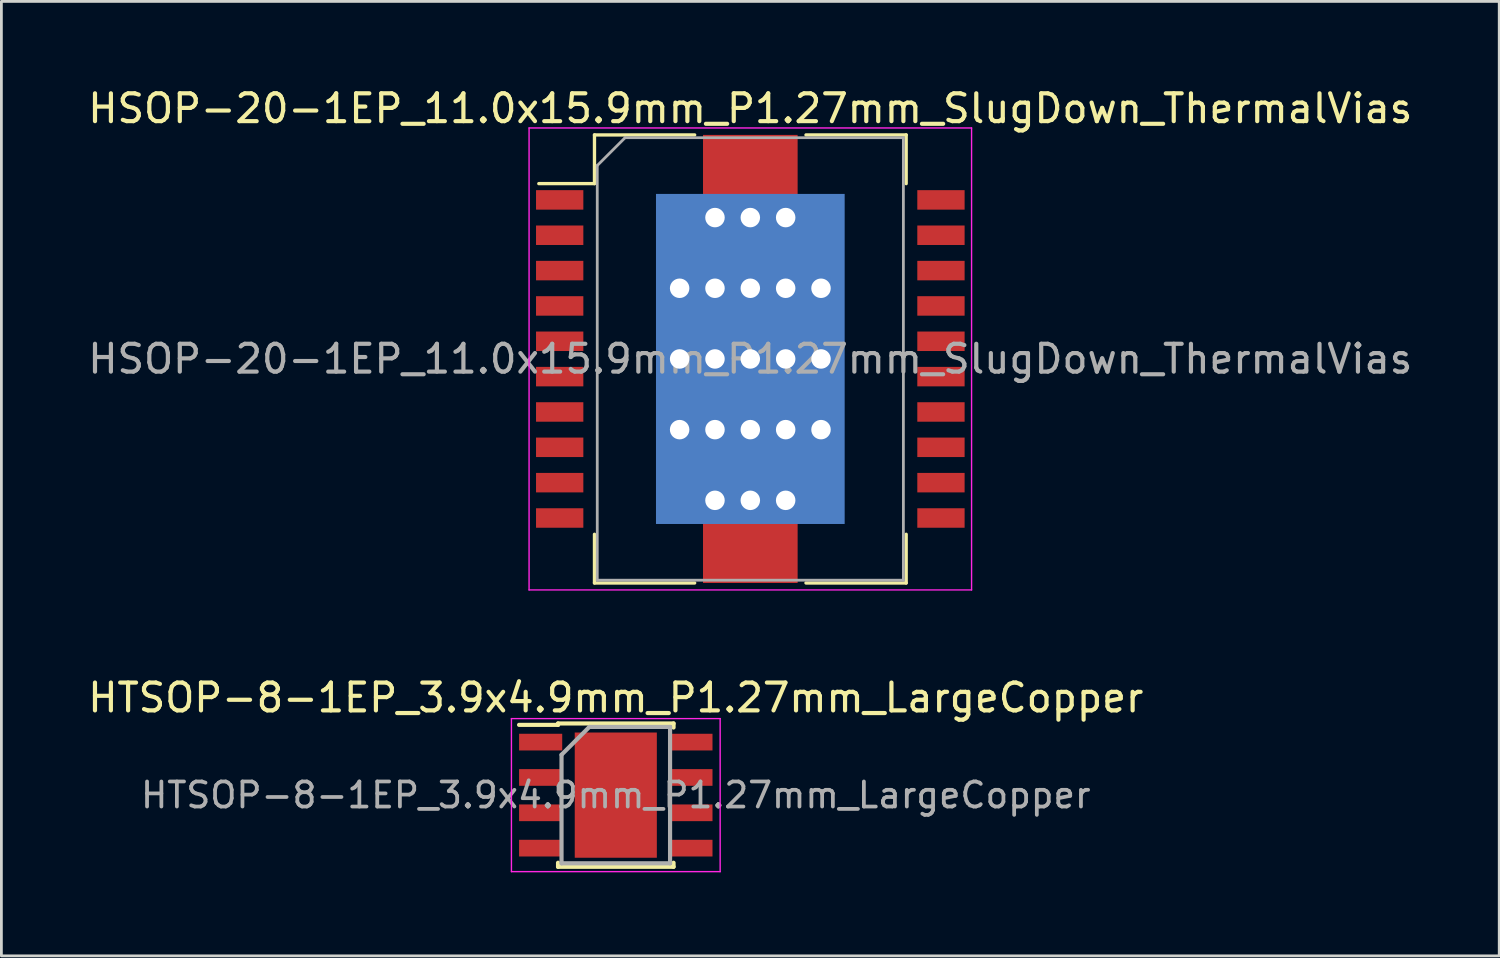
<source format=kicad_pcb>
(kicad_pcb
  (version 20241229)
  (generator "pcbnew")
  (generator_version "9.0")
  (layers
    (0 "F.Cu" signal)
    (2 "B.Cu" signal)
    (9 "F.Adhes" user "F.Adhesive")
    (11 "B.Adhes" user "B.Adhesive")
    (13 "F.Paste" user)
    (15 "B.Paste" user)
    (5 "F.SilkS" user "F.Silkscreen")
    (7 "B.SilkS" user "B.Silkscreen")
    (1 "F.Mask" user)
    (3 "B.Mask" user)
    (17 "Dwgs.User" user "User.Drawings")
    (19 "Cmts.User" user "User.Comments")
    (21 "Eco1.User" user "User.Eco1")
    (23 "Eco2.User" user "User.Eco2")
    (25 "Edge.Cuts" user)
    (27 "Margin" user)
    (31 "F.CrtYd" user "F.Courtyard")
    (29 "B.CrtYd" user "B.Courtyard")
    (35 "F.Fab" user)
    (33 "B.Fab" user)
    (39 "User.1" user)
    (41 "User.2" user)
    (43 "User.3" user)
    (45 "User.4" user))
  (footprint "HSOP-20-1EP_11.0x15.9mm_P1.27mm_SlugDown_ThermalVias"
    (layer "F.Cu")
    (at 23.911 9.848)
    (property "Reference" "HSOP-20-1EP_11.0x15.9mm_P1.27mm_SlugDown_ThermalVias" (at 0 -9 0) (layer "F.SilkS") (effects (font (size 1 1) (thickness 0.15))))
    (attr smd)
    (fp_line (start -5.6 -8.05) (end -5.6 -6.3) (stroke (width 0.12) (type solid)) (layer "F.SilkS"))
    (fp_line (start -5.6 -6.3) (end -7.6 -6.3) (stroke (width 0.12) (type solid)) (layer "F.SilkS"))
    (fp_line (start -5.6 8.05) (end -5.6 6.3) (stroke (width 0.12) (type solid)) (layer "F.SilkS"))
    (fp_line (start -2 -8.05) (end -5.6 -8.05) (stroke (width 0.12) (type solid)) (layer "F.SilkS"))
    (fp_line (start -2 8.05) (end -5.6 8.05) (stroke (width 0.12) (type solid)) (layer "F.SilkS"))
    (fp_line (start 5.6 -8.05) (end 2 -8.05) (stroke (width 0.12) (type solid)) (layer "F.SilkS"))
    (fp_line (start 5.6 -8.05) (end 5.6 -6.3) (stroke (width 0.12) (type solid)) (layer "F.SilkS"))
    (fp_line (start 5.6 8.05) (end 2 8.05) (stroke (width 0.12) (type solid)) (layer "F.SilkS"))
    (fp_line (start 5.6 8.05) (end 5.6 6.3) (stroke (width 0.12) (type solid)) (layer "F.SilkS"))
    (fp_line (start -7.95 -8.3) (end -7.95 8.3) (stroke (width 0.05) (type solid)) (layer "F.CrtYd"))
    (fp_line (start -7.95 -8.3) (end 7.95 -8.3) (stroke (width 0.05) (type solid)) (layer "F.CrtYd"))
    (fp_line (start 7.95 8.3) (end -7.95 8.3) (stroke (width 0.05) (type solid)) (layer "F.CrtYd"))
    (fp_line (start 7.95 8.3) (end 7.95 -8.3) (stroke (width 0.05) (type solid)) (layer "F.CrtYd"))
    (fp_line (start -5.5 -6.95) (end -5.5 7.95) (stroke (width 0.1) (type solid)) (layer "F.Fab"))
    (fp_line (start -5.5 7.95) (end 5.5 7.95) (stroke (width 0.1) (type solid)) (layer "F.Fab"))
    (fp_line (start -4.5 -7.95) (end -5.5 -6.95) (stroke (width 0.1) (type solid)) (layer "F.Fab"))
    (fp_line (start 5.5 -7.95) (end -4.5 -7.95) (stroke (width 0.1) (type solid)) (layer "F.Fab"))
    (fp_line (start 5.5 7.95) (end 5.5 -7.95) (stroke (width 0.1) (type solid)) (layer "F.Fab"))
    (fp_text user "${REFERENCE}" (at 0 0 0) (layer "F.Fab") (effects (font (size 1 1) (thickness 0.15))))
    (pad "1" smd rect (at -6.85 -5.715) (size 1.7 0.7) (layers "F.Cu" "F.Mask" "F.Paste"))
    (pad "2" smd rect (at -6.85 -4.445) (size 1.7 0.7) (layers "F.Cu" "F.Mask" "F.Paste"))
    (pad "3" smd rect (at -6.85 -3.175) (size 1.7 0.7) (layers "F.Cu" "F.Mask" "F.Paste"))
    (pad "4" smd rect (at -6.85 -1.905) (size 1.7 0.7) (layers "F.Cu" "F.Mask" "F.Paste"))
    (pad "5" smd rect (at -6.85 -0.635) (size 1.7 0.7) (layers "F.Cu" "F.Mask" "F.Paste"))
    (pad "6" smd rect (at -6.85 0.635) (size 1.7 0.7) (layers "F.Cu" "F.Mask" "F.Paste"))
    (pad "7" smd rect (at -6.85 1.905) (size 1.7 0.7) (layers "F.Cu" "F.Mask" "F.Paste"))
    (pad "8" smd rect (at -6.85 3.175) (size 1.7 0.7) (layers "F.Cu" "F.Mask" "F.Paste"))
    (pad "9" smd rect (at -6.85 4.445) (size 1.7 0.7) (layers "F.Cu" "F.Mask" "F.Paste"))
    (pad "10" smd rect (at -6.85 5.715) (size 1.7 0.7) (layers "F.Cu" "F.Mask" "F.Paste"))
    (pad "11" smd rect (at 6.85 5.715) (size 1.7 0.7) (layers "F.Cu" "F.Mask" "F.Paste"))
    (pad "12" smd rect (at 6.85 4.445) (size 1.7 0.7) (layers "F.Cu" "F.Mask" "F.Paste"))
    (pad "13" smd rect (at 6.85 3.175) (size 1.7 0.7) (layers "F.Cu" "F.Mask" "F.Paste"))
    (pad "14" smd rect (at 6.85 1.905) (size 1.7 0.7) (layers "F.Cu" "F.Mask" "F.Paste"))
    (pad "15" smd rect (at 6.85 0.635) (size 1.7 0.7) (layers "F.Cu" "F.Mask" "F.Paste"))
    (pad "16" smd rect (at 6.85 -0.635) (size 1.7 0.7) (layers "F.Cu" "F.Mask" "F.Paste"))
    (pad "17" smd rect (at 6.85 -1.905) (size 1.7 0.7) (layers "F.Cu" "F.Mask" "F.Paste"))
    (pad "18" smd rect (at 6.85 -3.175) (size 1.7 0.7) (layers "F.Cu" "F.Mask" "F.Paste"))
    (pad "19" smd rect (at 6.85 -4.445) (size 1.7 0.7) (layers "F.Cu" "F.Mask" "F.Paste"))
    (pad "20" smd rect (at 6.85 -5.715) (size 1.7 0.7) (layers "F.Cu" "F.Mask" "F.Paste"))
    (pad "21" thru_hole circle (at -2.54 -2.54) (size 1 1) (drill 0.7) (layers "*.Cu" "F.Mask"))
    (pad "21" thru_hole circle (at -2.54 0) (size 1 1) (drill 0.7) (layers "*.Cu" "F.Mask"))
    (pad "21" thru_hole circle (at -2.54 2.54) (size 1 1) (drill 0.7) (layers "*.Cu" "F.Mask"))
    (pad "21" thru_hole circle (at -1.27 -5.08) (size 1 1) (drill 0.7) (layers "*.Cu" "F.Mask"))
    (pad "21" thru_hole circle (at -1.27 -2.54) (size 1 1) (drill 0.7) (layers "*.Cu" "F.Mask"))
    (pad "21" thru_hole circle (at -1.27 0) (size 1 1) (drill 0.7) (layers "*.Cu" "F.Mask"))
    (pad "21" thru_hole circle (at -1.27 2.54) (size 1 1) (drill 0.7) (layers "*.Cu" "F.Mask"))
    (pad "21" thru_hole circle (at -1.27 5.08) (size 1 1) (drill 0.7) (layers "*.Cu" "F.Mask"))
    (pad "21" smd rect (at 0 -6.843) (size 3.4 2.415) (layers "F.Cu" "F.Mask" "F.Paste"))
    (pad "21" thru_hole circle (at 0 -5.08) (size 1 1) (drill 0.7) (layers "*.Cu" "F.Mask"))
    (pad "21" thru_hole circle (at 0 -2.54) (size 1 1) (drill 0.7) (layers "*.Cu" "F.Mask"))
    (pad "21" thru_hole circle (at 0 0) (size 1 1) (drill 0.7) (layers "*.Cu" "F.Mask"))
    (pad "21" smd rect (at 0 0) (size 6.4 11.27) (layers "F.Cu" "F.Mask" "F.Paste"))
    (pad "21" smd rect (at 0 0) (size 6.78 11.86) (layers "B.Cu"))
    (pad "21" thru_hole circle (at 0 2.54) (size 1 1) (drill 0.7) (layers "*.Cu" "F.Mask"))
    (pad "21" thru_hole circle (at 0 5.08) (size 1 1) (drill 0.7) (layers "*.Cu" "F.Mask"))
    (pad "21" smd rect (at 0 6.843) (size 3.4 2.415) (layers "F.Cu" "F.Mask" "F.Paste"))
    (pad "21" thru_hole circle (at 1.27 -5.08) (size 1 1) (drill 0.7) (layers "*.Cu" "F.Mask"))
    (pad "21" thru_hole circle (at 1.27 -2.54) (size 1 1) (drill 0.7) (layers "*.Cu" "F.Mask"))
    (pad "21" thru_hole circle (at 1.27 0) (size 1 1) (drill 0.7) (layers "*.Cu" "F.Mask"))
    (pad "21" thru_hole circle (at 1.27 2.54) (size 1 1) (drill 0.7) (layers "*.Cu" "F.Mask"))
    (pad "21" thru_hole circle (at 1.27 5.08) (size 1 1) (drill 0.7) (layers "*.Cu" "F.Mask"))
    (pad "21" thru_hole circle (at 2.54 -2.54) (size 1 1) (drill 0.7) (layers "*.Cu" "F.Mask"))
    (pad "21" thru_hole circle (at 2.54 0) (size 1 1) (drill 0.7) (layers "*.Cu" "F.Mask"))
    (pad "21" thru_hole circle (at 2.54 2.54) (size 1 1) (drill 0.7) (layers "*.Cu" "F.Mask")))
  (footprint "HTSOP-8-1EP_3.9x4.9mm_P1.27mm_LargeCopper"
    (layer "F.Cu")
    (at 19.077 25.521)
    (property "Reference" "HTSOP-8-1EP_3.9x4.9mm_P1.27mm_LargeCopper" (at 0 -3.5 0) (layer "F.SilkS") (effects (font (size 1 1) (thickness 0.15))))
    (attr smd)
    (fp_line (start -2.075 -2.575) (end -2.075 -2.525) (stroke (width 0.15) (type solid)) (layer "F.SilkS"))
    (fp_line (start -2.075 -2.575) (end 2.075 -2.575) (stroke (width 0.15) (type solid)) (layer "F.SilkS"))
    (fp_line (start -2.075 -2.525) (end -3.475 -2.525) (stroke (width 0.15) (type solid)) (layer "F.SilkS"))
    (fp_line (start -2.075 2.575) (end -2.075 2.43) (stroke (width 0.15) (type solid)) (layer "F.SilkS"))
    (fp_line (start -2.075 2.575) (end 2.075 2.575) (stroke (width 0.15) (type solid)) (layer "F.SilkS"))
    (fp_line (start 2.075 -2.575) (end 2.075 -2.43) (stroke (width 0.15) (type solid)) (layer "F.SilkS"))
    (fp_line (start 2.075 2.575) (end 2.075 2.43) (stroke (width 0.15) (type solid)) (layer "F.SilkS"))
    (fp_line (start -3.75 -2.75) (end -3.75 2.75) (stroke (width 0.05) (type solid)) (layer "F.CrtYd"))
    (fp_line (start -3.75 -2.75) (end 3.75 -2.75) (stroke (width 0.05) (type solid)) (layer "F.CrtYd"))
    (fp_line (start -3.75 2.75) (end 3.75 2.75) (stroke (width 0.05) (type solid)) (layer "F.CrtYd"))
    (fp_line (start 3.75 -2.75) (end 3.75 2.75) (stroke (width 0.05) (type solid)) (layer "F.CrtYd"))
    (fp_line (start -1.95 -1.45) (end -0.95 -2.45) (stroke (width 0.15) (type solid)) (layer "F.Fab"))
    (fp_line (start -1.95 2.45) (end -1.95 -1.45) (stroke (width 0.15) (type solid)) (layer "F.Fab"))
    (fp_line (start -0.95 -2.45) (end 1.95 -2.45) (stroke (width 0.15) (type solid)) (layer "F.Fab"))
    (fp_line (start 1.95 -2.45) (end 1.95 2.45) (stroke (width 0.15) (type solid)) (layer "F.Fab"))
    (fp_line (start 1.95 2.45) (end -1.95 2.45) (stroke (width 0.15) (type solid)) (layer "F.Fab"))
    (fp_text user "${REFERENCE}" (at 0 0 0) (layer "F.Fab") (effects (font (size 0.9 0.9) (thickness 0.135))))
    (pad "1" smd rect (at -2.7 -1.905) (size 1.55 0.6) (layers "F.Cu" "F.Mask" "F.Paste"))
    (pad "2" smd rect (at -2.7 -0.635) (size 1.55 0.6) (layers "F.Cu" "F.Mask" "F.Paste"))
    (pad "3" smd rect (at -2.7 0.635) (size 1.55 0.6) (layers "F.Cu" "F.Mask" "F.Paste"))
    (pad "4" smd rect (at -2.7 1.905) (size 1.55 0.6) (layers "F.Cu" "F.Mask" "F.Paste"))
    (pad "5" smd rect (at 2.7 1.905) (size 1.55 0.6) (layers "F.Cu" "F.Mask" "F.Paste"))
    (pad "6" smd rect (at 2.7 0.635) (size 1.55 0.6) (layers "F.Cu" "F.Mask" "F.Paste"))
    (pad "7" smd rect (at 2.7 -0.635) (size 1.55 0.6) (layers "F.Cu" "F.Mask" "F.Paste"))
    (pad "8" smd rect (at 2.7 -1.905) (size 1.55 0.6) (layers "F.Cu" "F.Mask" "F.Paste"))
    (pad "9" smd rect (at -0.6 -0.8) (size 1.2 1.6) (layers "F.Cu" "F.Mask" "F.Paste"))
    (pad "9" smd rect (at -0.6 0.8) (size 1.2 1.6) (layers "F.Cu" "F.Mask" "F.Paste"))
    (pad "9" smd rect (at 0 0) (size 2.95 4.5) (layers "F.Cu"))
    (pad "9" smd rect (at 0.6 -0.8) (size 1.2 1.6) (layers "F.Cu" "F.Mask" "F.Paste"))
    (pad "9" smd rect (at 0.6 0.8) (size 1.2 1.6) (layers "F.Cu" "F.Mask" "F.Paste")))
  (gr_rect
    (start -3 -3)
    (end 50.821 31.297)
    (stroke (width 0.1) (type default))
    (fill no)
    (layer "Edge.Cuts")))
</source>
